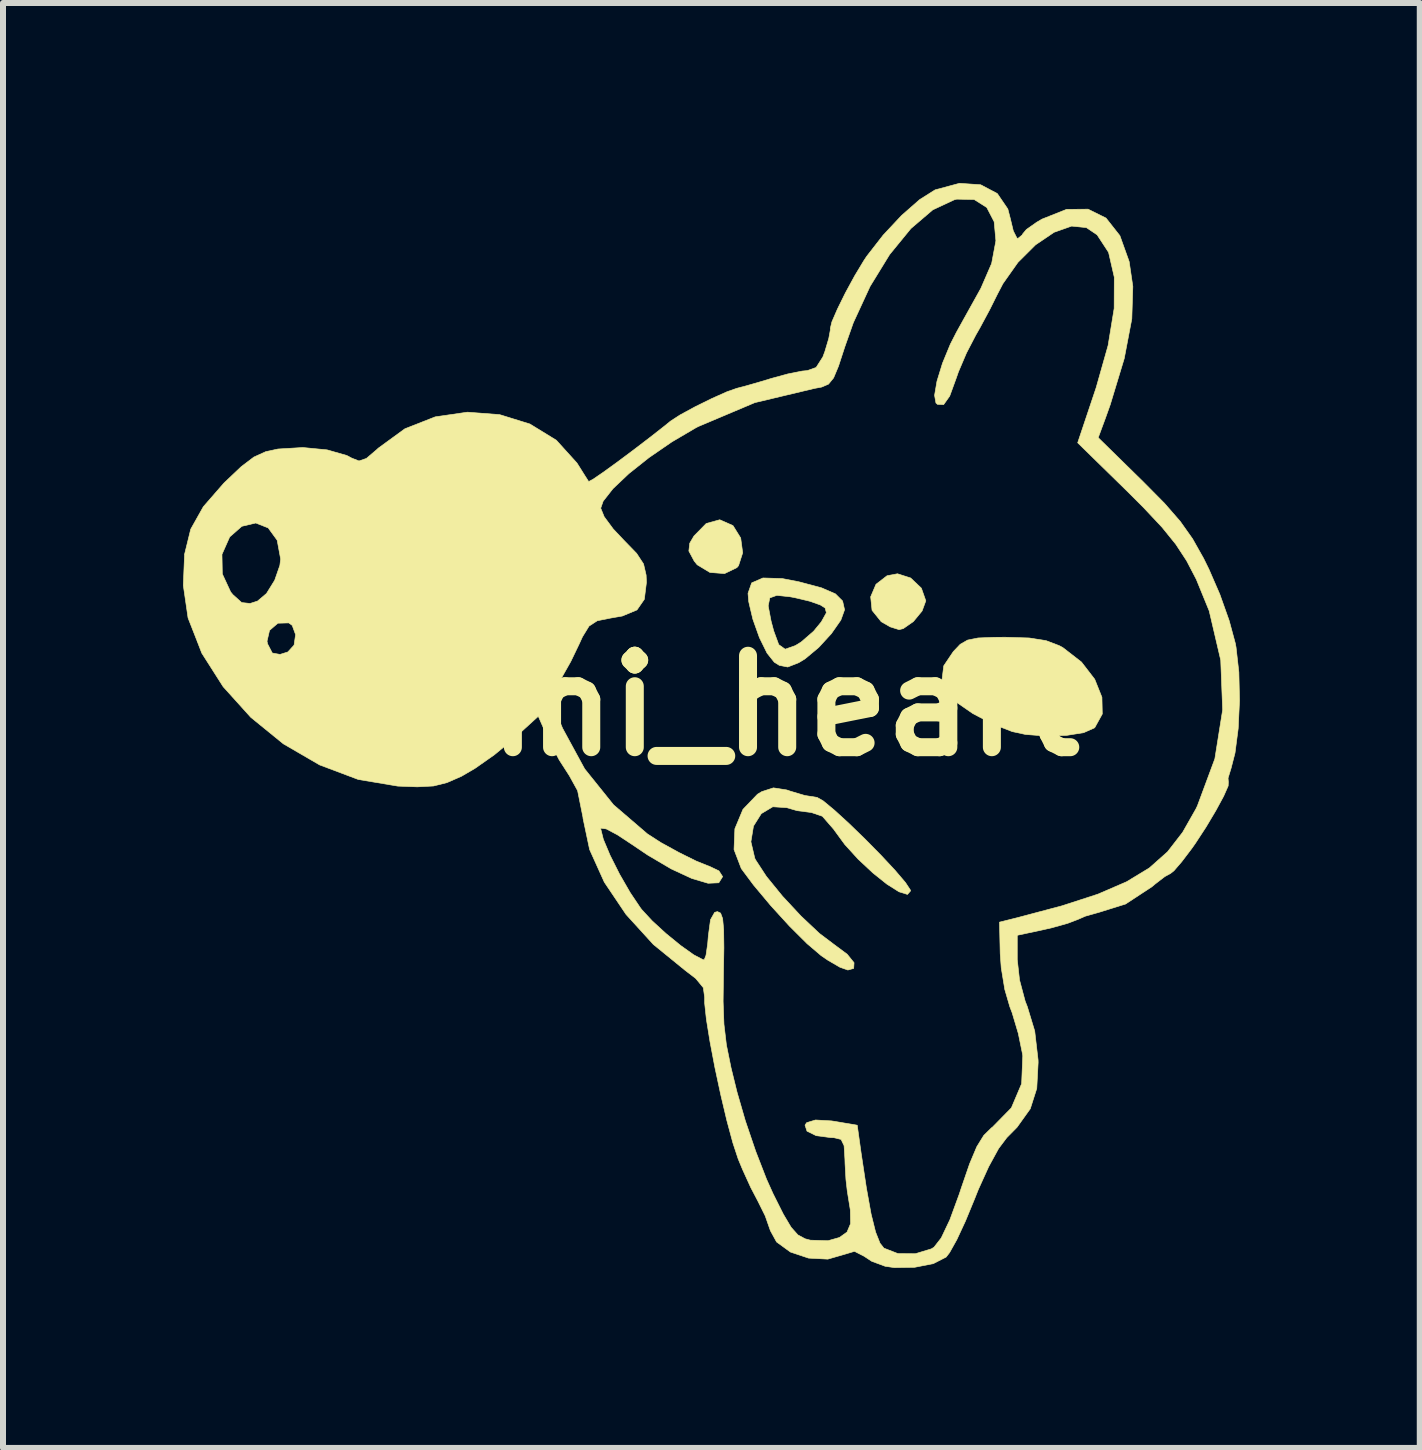
<source format=kicad_pcb>
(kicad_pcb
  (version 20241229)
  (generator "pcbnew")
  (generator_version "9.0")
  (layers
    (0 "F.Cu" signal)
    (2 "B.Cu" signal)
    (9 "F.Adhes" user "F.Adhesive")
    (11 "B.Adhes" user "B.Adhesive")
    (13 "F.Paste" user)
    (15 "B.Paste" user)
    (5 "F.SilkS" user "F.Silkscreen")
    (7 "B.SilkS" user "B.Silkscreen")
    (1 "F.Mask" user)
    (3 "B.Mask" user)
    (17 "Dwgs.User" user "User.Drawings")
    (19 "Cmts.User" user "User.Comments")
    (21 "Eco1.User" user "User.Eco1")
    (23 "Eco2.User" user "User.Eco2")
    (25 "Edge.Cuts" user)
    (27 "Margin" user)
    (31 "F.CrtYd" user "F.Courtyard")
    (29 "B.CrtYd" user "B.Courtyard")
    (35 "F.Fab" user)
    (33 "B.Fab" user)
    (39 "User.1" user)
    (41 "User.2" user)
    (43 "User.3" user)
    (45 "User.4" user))
  (footprint "mimi_heart"
    (layer "F.Cu")
    (at 8.654 8.713)
    (property "Reference" "mimi_heart" (at 0 0 0) (layer "F.SilkS") (effects (font (size 1.524 1.524) (thickness 0.3))))
    (attr through_hole)
    (fp_poly (pts (xy 0.507 -3.006) (xy 0.514 -3) (xy 0.64 -2.797) (xy 0.673 -2.55) (xy 0.604 -2.336) (xy 0.576 -2.303) (xy 0.371 -2.204) (xy 0.127 -2.223) (xy -0.085 -2.351) (xy -0.135 -2.413) (xy -0.224 -2.58) (xy -0.209 -2.711) (xy -0.139 -2.83) (xy 0.066 -3.039) (xy 0.291 -3.101) (xy 0.507 -3.006)) (stroke (width 0.01) (type solid)) (fill yes) (layer "F.SilkS"))
    (fp_poly (pts (xy 3.472 -2.131) (xy 3.651 -1.961) (xy 3.725 -1.751) (xy 3.725 -1.75) (xy 3.663 -1.581) (xy 3.518 -1.405) (xy 3.349 -1.287) (xy 3.279 -1.27) (xy 3.132 -1.316) (xy 2.982 -1.402) (xy 2.829 -1.592) (xy 2.806 -1.817) (xy 2.895 -2.026) (xy 3.079 -2.168) (xy 3.253 -2.201) (xy 3.472 -2.131)) (stroke (width 0.01) (type solid)) (fill yes) (layer "F.SilkS"))
    (fp_poly (pts (xy 5.447 -1.131) (xy 5.728 -1.087) (xy 5.949 -1.003) (xy 6.011 -0.969) (xy 6.319 -0.73) (xy 6.54 -0.443) (xy 6.66 -0.143) (xy 6.666 0.136) (xy 6.543 0.359) (xy 6.534 0.368) (xy 6.356 0.447) (xy 6.068 0.493) (xy 5.726 0.503) (xy 5.387 0.477) (xy 5.165 0.429) (xy 4.833 0.3) (xy 4.506 0.127) (xy 4.241 -0.056) (xy 4.112 -0.187) (xy 3.995 -0.435) (xy 4.024 -0.667) (xy 4.184 -0.905) (xy 4.299 -1.026) (xy 4.421 -1.096) (xy 4.595 -1.131) (xy 4.869 -1.142) (xy 5.052 -1.143) (xy 5.447 -1.131)) (stroke (width 0.01) (type solid)) (fill yes) (layer "F.SilkS"))
    (fp_poly (pts (xy 1.333 -2.121) (xy 1.611 -2.067) (xy 1.986 -1.967) (xy 2.219 -1.866) (xy 2.338 -1.747) (xy 2.371 -1.601) (xy 2.309 -1.429) (xy 2.151 -1.203) (xy 1.939 -0.972) (xy 1.711 -0.782) (xy 1.609 -0.72) (xy 1.424 -0.647) (xy 1.283 -0.675) (xy 1.2 -0.727) (xy 1.079 -0.879) (xy 0.952 -1.137) (xy 0.843 -1.443) (xy 0.79 -1.666) (xy 1.098 -1.666) (xy 1.146 -1.414) (xy 1.19 -1.249) (xy 1.274 -1.02) (xy 1.381 -0.944) (xy 1.551 -1.004) (xy 1.648 -1.064) (xy 1.855 -1.243) (xy 1.984 -1.4) (xy 2.068 -1.551) (xy 2.047 -1.631) (xy 1.968 -1.681) (xy 1.793 -1.743) (xy 1.537 -1.804) (xy 1.46 -1.818) (xy 1.242 -1.841) (xy 1.125 -1.799) (xy 1.098 -1.666) (xy 0.79 -1.666) (xy 0.774 -1.735) (xy 0.762 -1.875) (xy 0.823 -2.049) (xy 1.011 -2.131) (xy 1.333 -2.121)) (stroke (width 0.01) (type solid)) (fill yes) (layer "F.SilkS"))
    (fp_poly (pts (xy 1.404 1.401) (xy 1.47 1.423) (xy 1.709 1.494) (xy 1.905 1.525) (xy 1.911 1.525) (xy 2.015 1.584) (xy 2.202 1.739) (xy 2.445 1.961) (xy 2.714 2.222) (xy 2.98 2.492) (xy 3.214 2.743) (xy 3.386 2.945) (xy 3.468 3.07) (xy 3.471 3.084) (xy 3.419 3.143) (xy 3.278 3.099) (xy 3.077 2.972) (xy 2.842 2.784) (xy 2.599 2.557) (xy 2.375 2.311) (xy 2.197 2.068) (xy 2.194 2.062) (xy 2.001 1.84) (xy 1.819 1.778) (xy 1.58 1.747) (xy 1.407 1.697) (xy 1.175 1.682) (xy 0.983 1.797) (xy 0.853 2.004) (xy 0.81 2.265) (xy 0.875 2.541) (xy 0.888 2.567) (xy 1.068 2.843) (xy 1.336 3.172) (xy 1.646 3.505) (xy 1.952 3.793) (xy 2.197 3.978) (xy 2.415 4.14) (xy 2.529 4.281) (xy 2.523 4.376) (xy 2.426 4.403) (xy 2.293 4.356) (xy 2.089 4.237) (xy 1.981 4.163) (xy 1.746 3.963) (xy 1.452 3.67) (xy 1.141 3.329) (xy 0.854 2.986) (xy 0.65 2.712) (xy 0.529 2.395) (xy 0.543 2.049) (xy 0.678 1.725) (xy 0.92 1.473) (xy 0.991 1.43) (xy 1.185 1.367) (xy 1.404 1.401)) (stroke (width 0.01) (type solid)) (fill yes) (layer "F.SilkS"))
    (fp_poly (pts (xy 4.639 -8.684) (xy 4.916 -8.538) (xy 5.092 -8.28) (xy 5.132 -8.126) (xy 5.183 -7.915) (xy 5.242 -7.798) (xy 5.26 -7.789) (xy 5.333 -7.849) (xy 5.334 -7.858) (xy 5.401 -7.938) (xy 5.571 -8.058) (xy 5.663 -8.112) (xy 6.071 -8.274) (xy 6.429 -8.277) (xy 6.728 -8.129) (xy 6.959 -7.836) (xy 7.114 -7.404) (xy 7.175 -6.989) (xy 7.158 -6.449) (xy 7.032 -5.789) (xy 6.798 -5.017) (xy 6.719 -4.796) (xy 6.598 -4.469) (xy 7.345 -3.737) (xy 7.702 -3.376) (xy 7.965 -3.074) (xy 8.171 -2.783) (xy 8.355 -2.456) (xy 8.444 -2.275) (xy 8.625 -1.858) (xy 8.78 -1.422) (xy 8.883 -1.042) (xy 8.895 -0.978) (xy 8.942 -0.561) (xy 8.953 -0.09) (xy 8.931 0.378) (xy 8.878 0.786) (xy 8.812 1.042) (xy 8.762 1.204) (xy 8.767 1.27) (xy 8.764 1.335) (xy 8.689 1.505) (xy 8.559 1.745) (xy 8.396 2.019) (xy 8.219 2.29) (xy 8.157 2.378) (xy 7.99 2.598) (xy 7.86 2.749) (xy 7.803 2.794) (xy 7.709 2.845) (xy 7.545 2.971) (xy 7.493 3.015) (xy 7.054 3.303) (xy 6.612 3.441) (xy 6.385 3.505) (xy 6.259 3.56) (xy 6.091 3.624) (xy 5.831 3.697) (xy 5.679 3.732) (xy 5.249 3.824) (xy 5.249 4.23) (xy 5.287 4.57) (xy 5.381 4.923) (xy 5.417 5.015) (xy 5.54 5.42) (xy 5.596 5.902) (xy 5.597 5.944) (xy 5.574 6.377) (xy 5.466 6.715) (xy 5.245 7.024) (xy 5.074 7.197) (xy 4.938 7.378) (xy 4.773 7.68) (xy 4.601 8.059) (xy 4.534 8.227) (xy 4.386 8.586) (xy 4.242 8.896) (xy 4.12 9.114) (xy 4.063 9.187) (xy 3.85 9.296) (xy 3.539 9.357) (xy 3.2 9.362) (xy 3.048 9.34) (xy 2.824 9.257) (xy 2.695 9.172) (xy 2.536 9.091) (xy 2.383 9.137) (xy 2.092 9.221) (xy 1.771 9.204) (xy 1.469 9.103) (xy 1.238 8.935) (xy 1.135 8.747) (xy 1.049 8.501) (xy 0.927 8.255) (xy 0.808 8.028) (xy 0.671 7.727) (xy 0.598 7.551) (xy 0.509 7.281) (xy 0.409 6.91) (xy 0.307 6.479) (xy 0.21 6.027) (xy 0.128 5.595) (xy 0.068 5.223) (xy 0.039 4.952) (xy 0.039 4.857) (xy 0.017 4.697) (xy -0.11 4.543) (xy -0.286 4.408) (xy -0.816 3.976) (xy -1.271 3.476) (xy -1.633 2.938) (xy -1.878 2.395) (xy -1.987 1.878) (xy -1.989 1.856) (xy -2.078 1.414) (xy -2.215 1.165) (xy -2.384 0.902) (xy -2.545 0.599) (xy -2.576 0.531) (xy -2.733 0.174) (xy -3.172 0.574) (xy -3.468 0.818) (xy -3.789 1.043) (xy -4.015 1.175) (xy -4.256 1.28) (xy -4.48 1.336) (xy -4.75 1.35) (xy -5.074 1.338) (xy -5.734 1.227) (xy -6.377 0.985) (xy -6.981 0.634) (xy -7.524 0.192) (xy -7.844 -0.163) (xy -2.556 -0.163) (xy -2.328 0.375) (xy -1.961 1.05) (xy -1.48 1.649) (xy -0.915 2.134) (xy -0.692 2.278) (xy -0.384 2.447) (xy -0.104 2.586) (xy 0.094 2.666) (xy 0.111 2.671) (xy 0.277 2.75) (xy 0.339 2.846) (xy 0.275 2.949) (xy 0.097 2.957) (xy -0.174 2.877) (xy -0.517 2.718) (xy -0.911 2.486) (xy -1.164 2.315) (xy -1.416 2.149) (xy -1.601 2.051) (xy -1.689 2.039) (xy -1.693 2.049) (xy -1.649 2.225) (xy -1.536 2.493) (xy -1.379 2.805) (xy -1.201 3.114) (xy -1.029 3.37) (xy -1.007 3.398) (xy -0.835 3.584) (xy -0.606 3.794) (xy -0.361 3.994) (xy -0.142 4.15) (xy 0.009 4.229) (xy 0.032 4.233) (xy 0.062 4.157) (xy 0.09 3.964) (xy 0.101 3.831) (xy 0.137 3.564) (xy 0.206 3.442) (xy 0.252 3.429) (xy 0.305 3.454) (xy 0.339 3.546) (xy 0.356 3.73) (xy 0.36 4.034) (xy 0.353 4.445) (xy 0.347 4.926) (xy 0.361 5.306) (xy 0.402 5.652) (xy 0.479 6.032) (xy 0.578 6.435) (xy 0.717 6.915) (xy 0.89 7.424) (xy 1.07 7.888) (xy 1.178 8.128) (xy 1.35 8.471) (xy 1.48 8.69) (xy 1.593 8.817) (xy 1.714 8.882) (xy 1.801 8.905) (xy 2.095 8.914) (xy 2.286 8.86) (xy 2.412 8.77) (xy 2.471 8.63) (xy 2.467 8.402) (xy 2.416 8.086) (xy 2.394 7.894) (xy 2.379 7.628) (xy 2.377 7.556) (xy 2.363 7.33) (xy 2.313 7.226) (xy 2.193 7.197) (xy 2.138 7.195) (xy 1.899 7.164) (xy 1.745 7.088) (xy 1.712 6.988) (xy 1.739 6.947) (xy 1.886 6.902) (xy 2.152 6.917) (xy 2.204 6.925) (xy 2.582 6.989) (xy 2.647 7.453) (xy 2.735 8.036) (xy 2.813 8.469) (xy 2.888 8.77) (xy 2.962 8.956) (xy 3.027 9.038) (xy 3.259 9.128) (xy 3.55 9.131) (xy 3.817 9.05) (xy 3.862 9.022) (xy 3.982 8.868) (xy 4.126 8.565) (xy 4.285 8.131) (xy 4.312 8.048) (xy 4.455 7.632) (xy 4.575 7.347) (xy 4.691 7.159) (xy 4.819 7.033) (xy 4.836 7.021) (xy 5.151 6.7) (xy 5.322 6.297) (xy 5.341 5.833) (xy 5.336 5.8) (xy 5.266 5.458) (xy 5.163 5.113) (xy 5.126 5.017) (xy 5.041 4.726) (xy 4.982 4.365) (xy 4.965 4.131) (xy 4.953 3.605) (xy 5.249 3.531) (xy 5.994 3.333) (xy 6.594 3.138) (xy 7.071 2.932) (xy 7.45 2.702) (xy 7.754 2.432) (xy 8.005 2.108) (xy 8.227 1.717) (xy 8.251 1.667) (xy 8.542 0.883) (xy 8.672 0.067) (xy 8.64 -0.761) (xy 8.448 -1.582) (xy 8.233 -2.108) (xy 8.072 -2.417) (xy 7.891 -2.693) (xy 7.662 -2.976) (xy 7.354 -3.304) (xy 7.09 -3.568) (xy 6.256 -4.384) (xy 6.564 -5.303) (xy 6.763 -6.006) (xy 6.864 -6.623) (xy 6.866 -7.144) (xy 6.771 -7.557) (xy 6.58 -7.849) (xy 6.401 -7.97) (xy 6.155 -7.995) (xy 5.863 -7.892) (xy 5.554 -7.683) (xy 5.26 -7.39) (xy 5.01 -7.036) (xy 4.917 -6.858) (xy 4.789 -6.601) (xy 4.626 -6.298) (xy 4.559 -6.181) (xy 4.402 -5.879) (xy 4.269 -5.567) (xy 4.232 -5.461) (xy 4.123 -5.162) (xy 4.022 -5.02) (xy 3.92 -5.024) (xy 3.894 -5.047) (xy 3.871 -5.175) (xy 3.911 -5.41) (xy 4.003 -5.709) (xy 4.134 -6.027) (xy 4.234 -6.223) (xy 4.352 -6.436) (xy 4.513 -6.725) (xy 4.643 -6.959) (xy 4.822 -7.372) (xy 4.893 -7.75) (xy 4.864 -8.068) (xy 4.741 -8.305) (xy 4.531 -8.438) (xy 4.241 -8.444) (xy 4.201 -8.434) (xy 3.841 -8.266) (xy 3.476 -7.954) (xy 3.122 -7.521) (xy 2.796 -6.99) (xy 2.517 -6.385) (xy 2.375 -5.983) (xy 2.27 -5.661) (xy 2.188 -5.465) (xy 2.103 -5.361) (xy 1.988 -5.312) (xy 1.869 -5.29) (xy 0.875 -5.053) (xy -0.067 -4.655) (xy -0.109 -4.633) (xy -0.507 -4.399) (xy -0.888 -4.137) (xy -1.224 -3.87) (xy -1.488 -3.62) (xy -1.652 -3.411) (xy -1.693 -3.294) (xy -1.635 -3.151) (xy -1.484 -2.947) (xy -1.312 -2.765) (xy -1.094 -2.54) (xy -0.979 -2.364) (xy -0.936 -2.178) (xy -0.931 -2.057) (xy -0.966 -1.775) (xy -1.089 -1.598) (xy -1.332 -1.497) (xy -1.531 -1.462) (xy -1.75 -1.418) (xy -1.887 -1.329) (xy -1.997 -1.15) (xy -2.054 -1.025) (xy -2.192 -0.738) (xy -2.34 -0.476) (xy -2.39 -0.399) (xy -2.556 -0.163) (xy -7.844 -0.163) (xy -7.985 -0.319) (xy -8.341 -0.878) (xy -8.418 -1.077) (xy -7.254 -1.077) (xy -7.244 -1.031) (xy -7.166 -0.88) (xy -7.037 -0.857) (xy -6.907 -0.898) (xy -6.803 -1.012) (xy -6.778 -1.187) (xy -6.834 -1.34) (xy -6.892 -1.382) (xy -7.073 -1.377) (xy -7.212 -1.258) (xy -7.254 -1.077) (xy -8.418 -1.077) (xy -8.57 -1.465) (xy -8.649 -2.008) (xy -8.628 -2.524) (xy -8.005 -2.524) (xy -7.999 -2.198) (xy -7.86 -1.898) (xy -7.822 -1.852) (xy -7.676 -1.721) (xy -7.536 -1.706) (xy -7.412 -1.746) (xy -7.263 -1.872) (xy -7.126 -2.093) (xy -7.04 -2.34) (xy -7.027 -2.447) (xy -7.085 -2.76) (xy -7.234 -2.965) (xy -7.442 -3.047) (xy -7.674 -2.992) (xy -7.876 -2.815) (xy -8.005 -2.524) (xy -8.628 -2.524) (xy -8.628 -2.527) (xy -8.525 -2.945) (xy -8.315 -3.319) (xy -7.977 -3.707) (xy -7.96 -3.724) (xy -7.685 -3.985) (xy -7.473 -4.146) (xy -7.275 -4.236) (xy -7.072 -4.28) (xy -6.657 -4.305) (xy -6.253 -4.266) (xy -5.924 -4.172) (xy -5.841 -4.128) (xy -5.721 -4.081) (xy -5.598 -4.123) (xy -5.422 -4.273) (xy -5.4 -4.294) (xy -4.957 -4.617) (xy -4.451 -4.816) (xy -3.914 -4.894) (xy -3.377 -4.853) (xy -2.873 -4.697) (xy -2.433 -4.427) (xy -2.089 -4.047) (xy -2.073 -4.022) (xy -1.962 -3.845) (xy -1.897 -3.743) (xy -1.893 -3.738) (xy -1.824 -3.774) (xy -1.654 -3.89) (xy -1.416 -4.062) (xy -1.143 -4.266) (xy -0.867 -4.477) (xy -0.621 -4.67) (xy -0.529 -4.745) (xy -0.372 -4.847) (xy -0.122 -4.983) (xy 0.16 -5.122) (xy 0.413 -5.235) (xy 0.573 -5.291) (xy 0.736 -5.334) (xy 0.989 -5.407) (xy 1.143 -5.454) (xy 1.424 -5.531) (xy 1.665 -5.579) (xy 1.75 -5.587) (xy 1.897 -5.639) (xy 2.009 -5.814) (xy 2.043 -5.905) (xy 2.108 -6.123) (xy 2.135 -6.27) (xy 2.133 -6.288) (xy 2.16 -6.4) (xy 2.252 -6.612) (xy 2.385 -6.882) (xy 2.539 -7.165) (xy 2.69 -7.416) (xy 2.738 -7.489) (xy 3.014 -7.844) (xy 3.322 -8.173) (xy 3.623 -8.437) (xy 3.877 -8.597) (xy 3.884 -8.6) (xy 4.286 -8.708) (xy 4.639 -8.684)) (stroke (width 0.01) (type solid)) (fill yes) (layer "F.SilkS")))
  (gr_rect
    (start -3 -3)
    (end 20.611 21.08)
    (stroke (width 0.1) (type default))
    (fill no)
    (layer "Edge.Cuts")))
</source>
